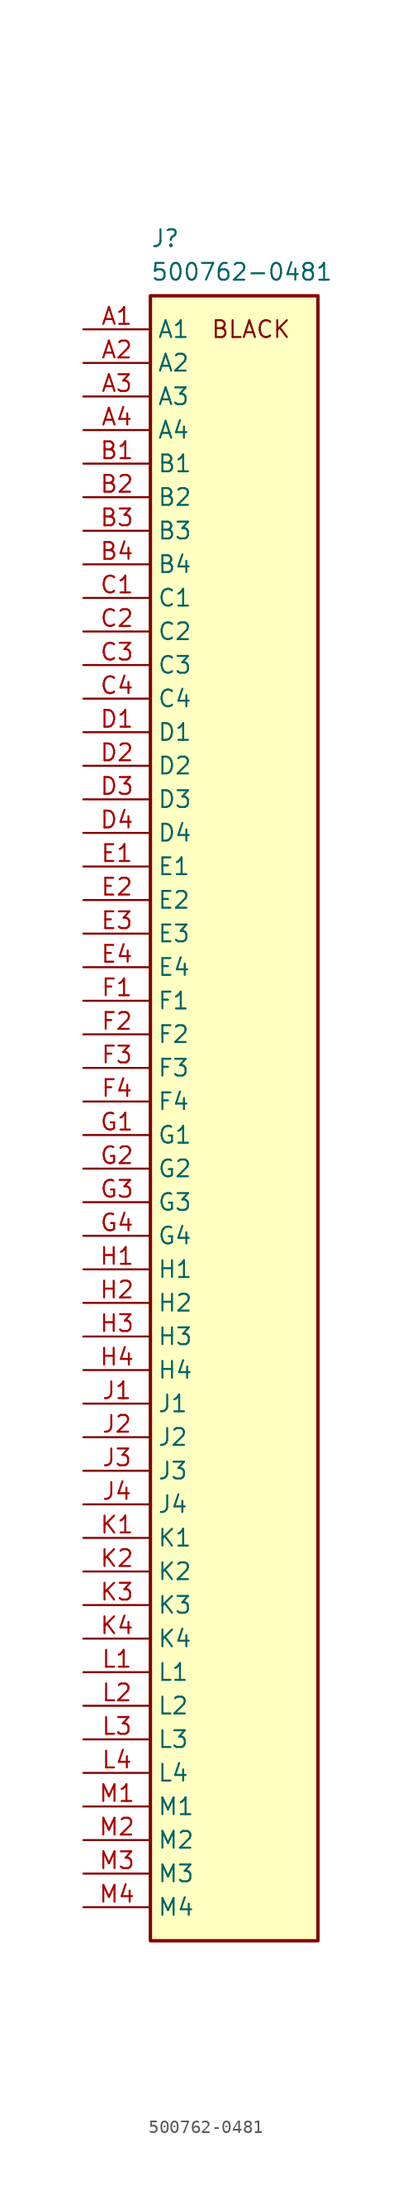
<source format=kicad_sym>
(kicad_symbol_lib
  (version 20220914)
  (generator kicad_symbol_editor)
  (symbol "500762-0481"
    (property "Reference" "J"
      (at 5.08 7.62 0)
      (effects (font (size 1.27 1.27)) (justify left top)))
    (property "Value" "500762-0481"
      (at 5.08 5.08 0)
      (effects (font (size 1.27 1.27)) (justify left top)))
    (symbol "500762-0481_1_1"
      (rectangle (start 5.08 2.54) (end 17.78 -121.92) (stroke (width 0.254) (type default)) (fill (type background)))
      (text "BLACK" (at 12.7 0 0) (effects (font (size 1.27 1.27))))
      (pin passive line (at 0 0 0) (length 5.08) (name "A1" (effects (font (size 1.27 1.27)))) (number "A1" (effects (font (size 1.27 1.27)))))
      (pin passive line (at 0 -2.54 0) (length 5.08) (name "A2" (effects (font (size 1.27 1.27)))) (number "A2" (effects (font (size 1.27 1.27)))))
      (pin passive line (at 0 -5.08 0) (length 5.08) (name "A3" (effects (font (size 1.27 1.27)))) (number "A3" (effects (font (size 1.27 1.27)))))
      (pin passive line (at 0 -7.62 0) (length 5.08) (name "A4" (effects (font (size 1.27 1.27)))) (number "A4" (effects (font (size 1.27 1.27)))))
      (pin passive line (at 0 -10.16 0) (length 5.08) (name "B1" (effects (font (size 1.27 1.27)))) (number "B1" (effects (font (size 1.27 1.27)))))
      (pin passive line (at 0 -12.7 0) (length 5.08) (name "B2" (effects (font (size 1.27 1.27)))) (number "B2" (effects (font (size 1.27 1.27)))))
      (pin passive line (at 0 -15.24 0) (length 5.08) (name "B3" (effects (font (size 1.27 1.27)))) (number "B3" (effects (font (size 1.27 1.27)))))
      (pin passive line (at 0 -17.78 0) (length 5.08) (name "B4" (effects (font (size 1.27 1.27)))) (number "B4" (effects (font (size 1.27 1.27)))))
      (pin passive line (at 0 -20.32 0) (length 5.08) (name "C1" (effects (font (size 1.27 1.27)))) (number "C1" (effects (font (size 1.27 1.27)))))
      (pin passive line (at 0 -22.86 0) (length 5.08) (name "C2" (effects (font (size 1.27 1.27)))) (number "C2" (effects (font (size 1.27 1.27)))))
      (pin passive line (at 0 -25.4 0) (length 5.08) (name "C3" (effects (font (size 1.27 1.27)))) (number "C3" (effects (font (size 1.27 1.27)))))
      (pin passive line (at 0 -27.94 0) (length 5.08) (name "C4" (effects (font (size 1.27 1.27)))) (number "C4" (effects (font (size 1.27 1.27)))))
      (pin passive line (at 0 -30.48 0) (length 5.08) (name "D1" (effects (font (size 1.27 1.27)))) (number "D1" (effects (font (size 1.27 1.27)))))
      (pin passive line (at 0 -33.02 0) (length 5.08) (name "D2" (effects (font (size 1.27 1.27)))) (number "D2" (effects (font (size 1.27 1.27)))))
      (pin passive line (at 0 -35.56 0) (length 5.08) (name "D3" (effects (font (size 1.27 1.27)))) (number "D3" (effects (font (size 1.27 1.27)))))
      (pin passive line (at 0 -38.1 0) (length 5.08) (name "D4" (effects (font (size 1.27 1.27)))) (number "D4" (effects (font (size 1.27 1.27)))))
      (pin passive line (at 0 -40.64 0) (length 5.08) (name "E1" (effects (font (size 1.27 1.27)))) (number "E1" (effects (font (size 1.27 1.27)))))
      (pin passive line (at 0 -43.18 0) (length 5.08) (name "E2" (effects (font (size 1.27 1.27)))) (number "E2" (effects (font (size 1.27 1.27)))))
      (pin passive line (at 0 -45.72 0) (length 5.08) (name "E3" (effects (font (size 1.27 1.27)))) (number "E3" (effects (font (size 1.27 1.27)))))
      (pin passive line (at 0 -48.26 0) (length 5.08) (name "E4" (effects (font (size 1.27 1.27)))) (number "E4" (effects (font (size 1.27 1.27)))))
      (pin passive line (at 0 -50.8 0) (length 5.08) (name "F1" (effects (font (size 1.27 1.27)))) (number "F1" (effects (font (size 1.27 1.27)))))
      (pin passive line (at 0 -53.34 0) (length 5.08) (name "F2" (effects (font (size 1.27 1.27)))) (number "F2" (effects (font (size 1.27 1.27)))))
      (pin passive line (at 0 -55.88 0) (length 5.08) (name "F3" (effects (font (size 1.27 1.27)))) (number "F3" (effects (font (size 1.27 1.27)))))
      (pin passive line (at 0 -58.42 0) (length 5.08) (name "F4" (effects (font (size 1.27 1.27)))) (number "F4" (effects (font (size 1.27 1.27)))))
      (pin passive line (at 0 -60.96 0) (length 5.08) (name "G1" (effects (font (size 1.27 1.27)))) (number "G1" (effects (font (size 1.27 1.27)))))
      (pin passive line (at 0 -63.5 0) (length 5.08) (name "G2" (effects (font (size 1.27 1.27)))) (number "G2" (effects (font (size 1.27 1.27)))))
      (pin passive line (at 0 -66.04 0) (length 5.08) (name "G3" (effects (font (size 1.27 1.27)))) (number "G3" (effects (font (size 1.27 1.27)))))
      (pin passive line (at 0 -68.58 0) (length 5.08) (name "G4" (effects (font (size 1.27 1.27)))) (number "G4" (effects (font (size 1.27 1.27)))))
      (pin passive line (at 0 -71.12 0) (length 5.08) (name "H1" (effects (font (size 1.27 1.27)))) (number "H1" (effects (font (size 1.27 1.27)))))
      (pin passive line (at 0 -73.66 0) (length 5.08) (name "H2" (effects (font (size 1.27 1.27)))) (number "H2" (effects (font (size 1.27 1.27)))))
      (pin passive line (at 0 -76.2 0) (length 5.08) (name "H3" (effects (font (size 1.27 1.27)))) (number "H3" (effects (font (size 1.27 1.27)))))
      (pin passive line (at 0 -78.74 0) (length 5.08) (name "H4" (effects (font (size 1.27 1.27)))) (number "H4" (effects (font (size 1.27 1.27)))))
      (pin passive line (at 0 -81.28 0) (length 5.08) (name "J1" (effects (font (size 1.27 1.27)))) (number "J1" (effects (font (size 1.27 1.27)))))
      (pin passive line (at 0 -83.82 0) (length 5.08) (name "J2" (effects (font (size 1.27 1.27)))) (number "J2" (effects (font (size 1.27 1.27)))))
      (pin passive line (at 0 -86.36 0) (length 5.08) (name "J3" (effects (font (size 1.27 1.27)))) (number "J3" (effects (font (size 1.27 1.27)))))
      (pin passive line (at 0 -88.9 0) (length 5.08) (name "J4" (effects (font (size 1.27 1.27)))) (number "J4" (effects (font (size 1.27 1.27)))))
      (pin passive line (at 0 -91.44 0) (length 5.08) (name "K1" (effects (font (size 1.27 1.27)))) (number "K1" (effects (font (size 1.27 1.27)))))
      (pin passive line (at 0 -93.98 0) (length 5.08) (name "K2" (effects (font (size 1.27 1.27)))) (number "K2" (effects (font (size 1.27 1.27)))))
      (pin passive line (at 0 -96.52 0) (length 5.08) (name "K3" (effects (font (size 1.27 1.27)))) (number "K3" (effects (font (size 1.27 1.27)))))
      (pin passive line (at 0 -99.06 0) (length 5.08) (name "K4" (effects (font (size 1.27 1.27)))) (number "K4" (effects (font (size 1.27 1.27)))))
      (pin passive line (at 0 -101.6 0) (length 5.08) (name "L1" (effects (font (size 1.27 1.27)))) (number "L1" (effects (font (size 1.27 1.27)))))
      (pin passive line (at 0 -104.14 0) (length 5.08) (name "L2" (effects (font (size 1.27 1.27)))) (number "L2" (effects (font (size 1.27 1.27)))))
      (pin passive line (at 0 -106.68 0) (length 5.08) (name "L3" (effects (font (size 1.27 1.27)))) (number "L3" (effects (font (size 1.27 1.27)))))
      (pin passive line (at 0 -109.22 0) (length 5.08) (name "L4" (effects (font (size 1.27 1.27)))) (number "L4" (effects (font (size 1.27 1.27)))))
      (pin passive line (at 0 -111.76 0) (length 5.08) (name "M1" (effects (font (size 1.27 1.27)))) (number "M1" (effects (font (size 1.27 1.27)))))
      (pin passive line (at 0 -114.3 0) (length 5.08) (name "M2" (effects (font (size 1.27 1.27)))) (number "M2" (effects (font (size 1.27 1.27)))))
      (pin passive line (at 0 -116.84 0) (length 5.08) (name "M3" (effects (font (size 1.27 1.27)))) (number "M3" (effects (font (size 1.27 1.27)))))
      (pin passive line (at 0 -119.38 0) (length 5.08) (name "M4" (effects (font (size 1.27 1.27)))) (number "M4" (effects (font (size 1.27 1.27))))))))
</source>
